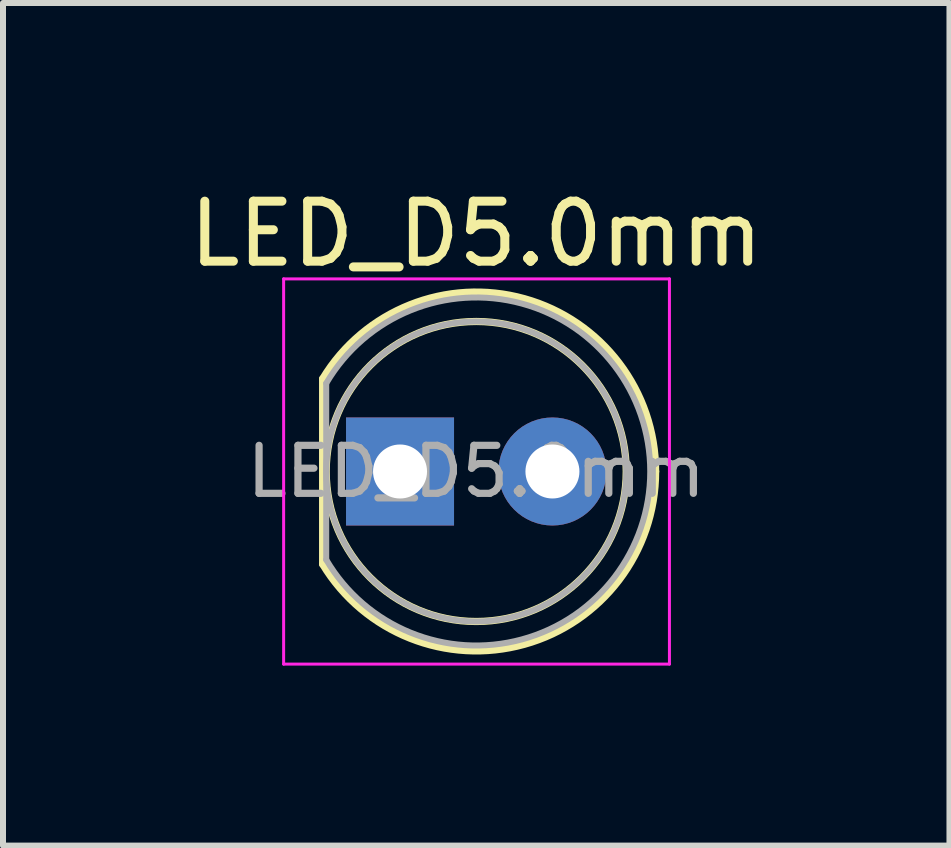
<source format=kicad_pcb>
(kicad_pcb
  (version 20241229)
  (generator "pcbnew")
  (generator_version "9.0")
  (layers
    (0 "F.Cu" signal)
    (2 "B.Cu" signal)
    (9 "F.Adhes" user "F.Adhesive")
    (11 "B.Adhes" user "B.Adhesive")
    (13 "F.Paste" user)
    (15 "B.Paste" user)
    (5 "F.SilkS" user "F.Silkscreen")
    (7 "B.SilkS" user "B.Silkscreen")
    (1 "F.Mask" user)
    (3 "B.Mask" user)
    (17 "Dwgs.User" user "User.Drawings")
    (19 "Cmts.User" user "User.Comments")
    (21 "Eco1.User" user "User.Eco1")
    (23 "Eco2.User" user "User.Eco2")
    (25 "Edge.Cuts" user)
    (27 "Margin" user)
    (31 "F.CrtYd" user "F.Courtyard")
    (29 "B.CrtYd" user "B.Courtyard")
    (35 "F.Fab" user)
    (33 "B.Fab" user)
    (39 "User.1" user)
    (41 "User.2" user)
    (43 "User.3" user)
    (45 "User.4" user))
  (footprint "LED_D5.0mm"
    (layer "F.Cu")
    (at 3.617 4.808)
    (property "Reference" "LED_D5.0mm" (at 1.27 -3.96 180) (layer "F.SilkS") (effects (font (size 1 1) (thickness 0.15))))
    (attr through_hole)
    (fp_line (start -1.29 -1.545) (end -1.29 1.545) (stroke (width 0.12) (type solid)) (layer "F.SilkS"))
    (fp_arc (start -1.29 -1.54483) (mid 2.071756 -2.880501) (end 4.26 -0.000048) (stroke (width 0.12) (type solid)) (layer "F.SilkS"))
    (fp_arc (start 4.26 0.000048) (mid 2.071756 2.880501) (end -1.29 1.54483) (stroke (width 0.12) (type solid)) (layer "F.SilkS"))
    (fp_circle (center 1.27 0) (end 3.77 0) (stroke (width 0.12) (type solid)) (fill no) (layer "F.SilkS"))
    (fp_line (start -1.94 -3.21) (end -1.94 3.21) (stroke (width 0.05) (type solid)) (layer "F.CrtYd"))
    (fp_line (start -1.94 3.21) (end 4.49 3.21) (stroke (width 0.05) (type solid)) (layer "F.CrtYd"))
    (fp_line (start 4.49 -3.21) (end -1.94 -3.21) (stroke (width 0.05) (type solid)) (layer "F.CrtYd"))
    (fp_line (start 4.49 3.21) (end 4.49 -3.21) (stroke (width 0.05) (type solid)) (layer "F.CrtYd"))
    (fp_line (start -1.23 -1.47) (end -1.23 1.47) (stroke (width 0.1) (type solid)) (layer "F.Fab"))
    (fp_arc (start -1.23 -1.469694) (mid 4.17 -0.000045) (end -1.229954 1.469772) (stroke (width 0.1) (type solid)) (layer "F.Fab"))
    (fp_circle (center 1.27 0) (end 3.77 0) (stroke (width 0.1) (type solid)) (fill no) (layer "F.Fab"))
    (fp_text user "${REFERENCE}" (at 1.27 0 180) (layer "F.Fab") (effects (font (size 0.8 0.8) (thickness 0.12))))
    (pad "1" thru_hole rect (at 0 0) (size 1.8 1.8) (drill 0.9) (layers "*.Cu" "*.Mask"))
    (pad "2" thru_hole circle (at 2.54 0) (size 1.8 1.8) (drill 0.9) (layers "*.Cu" "*.Mask")))
  (gr_rect
    (start -3 -3)
    (end 12.774 11.043)
    (stroke (width 0.1) (type default))
    (fill no)
    (layer "Edge.Cuts")))
</source>
